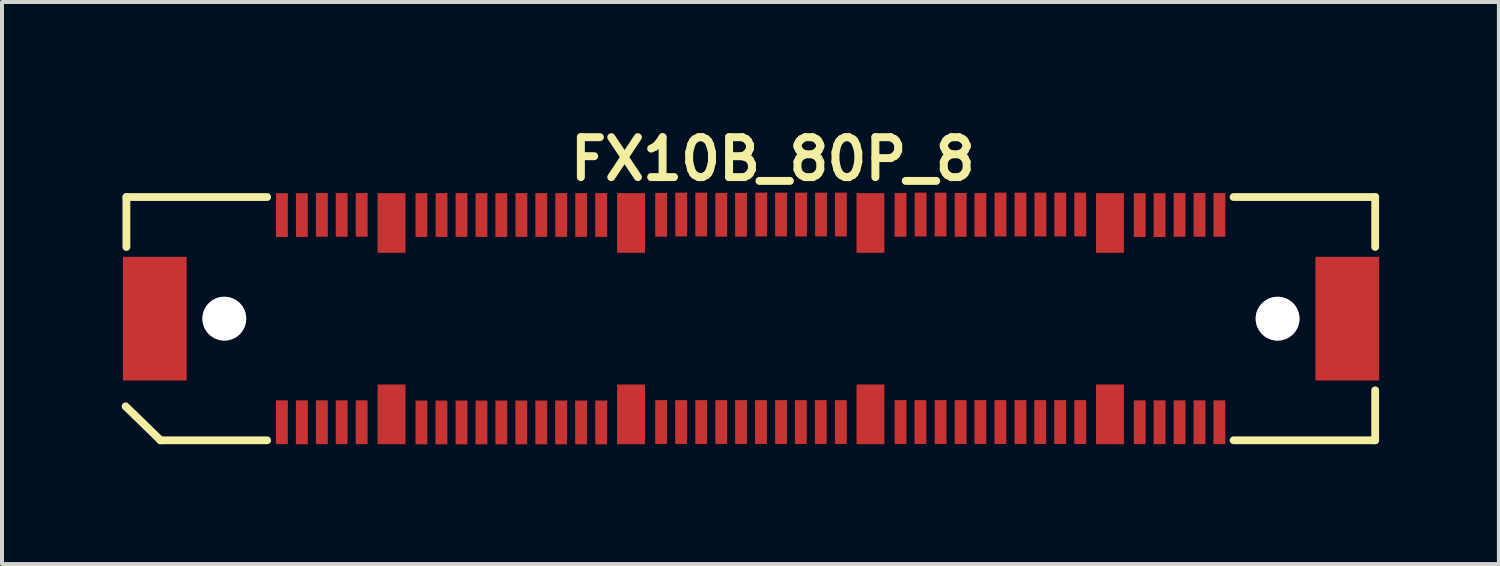
<source format=kicad_pcb>
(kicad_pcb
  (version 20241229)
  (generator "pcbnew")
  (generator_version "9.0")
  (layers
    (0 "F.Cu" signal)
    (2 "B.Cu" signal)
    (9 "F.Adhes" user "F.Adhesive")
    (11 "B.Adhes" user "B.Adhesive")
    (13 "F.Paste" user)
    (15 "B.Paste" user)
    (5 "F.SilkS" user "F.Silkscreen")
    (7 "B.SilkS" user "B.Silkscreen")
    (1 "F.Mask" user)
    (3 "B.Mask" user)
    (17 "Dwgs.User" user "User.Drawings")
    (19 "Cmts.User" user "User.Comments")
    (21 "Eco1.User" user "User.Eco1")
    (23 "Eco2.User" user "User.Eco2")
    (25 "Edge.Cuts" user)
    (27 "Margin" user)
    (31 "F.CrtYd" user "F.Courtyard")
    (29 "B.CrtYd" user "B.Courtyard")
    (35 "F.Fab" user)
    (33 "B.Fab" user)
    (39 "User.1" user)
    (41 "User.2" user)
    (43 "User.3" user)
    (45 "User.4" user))
  (footprint "FX10B_80P_8"
    (layer "F.Cu")
    (at 2.567 4.936)
    (property "Reference" "FX10B_80P_8" (at 13.75 -4 0) (layer "F.SilkS") (effects (font (size 1 1) (thickness 0.2))))
    (attr through_hole)
    (fp_line (start -2.469 2.197) (end -1.593 3.048) (stroke (width 0.196) (type solid)) (layer "F.SilkS"))
    (fp_line (start -2.449 -3.048) (end -2.449 -1.796) (stroke (width 0.196) (type solid)) (layer "F.SilkS"))
    (fp_line (start -2.449 -3.048) (end 1.079 -3.048) (stroke (width 0.196) (type solid)) (layer "F.SilkS"))
    (fp_line (start -1.598 3.048) (end 1.077 3.048) (stroke (width 0.196) (type solid)) (layer "F.SilkS"))
    (fp_line (start 25.298 -3.048) (end 28.847 -3.048) (stroke (width 0.196) (type solid)) (layer "F.SilkS"))
    (fp_line (start 25.298 3.048) (end 28.847 3.048) (stroke (width 0.196) (type solid)) (layer "F.SilkS"))
    (fp_line (start 28.847 -3.048) (end 28.847 -1.798) (stroke (width 0.196) (type solid)) (layer "F.SilkS"))
    (fp_line (start 28.847 1.796) (end 28.847 3.048) (stroke (width 0.196) (type solid)) (layer "F.SilkS"))
    (pad "" thru_hole circle (at 0.005 0) (size 1.097 1.097) (drill 1.097) (layers "*.Cu"))
    (pad "" thru_hole circle (at 26.401 0) (size 1.097 1.097) (drill 1.097) (layers "*.Cu"))
    (pad "1" smd rect (at 1.448 2.596) (size 0.297 1.097) (layers "F.Cu" "F.Mask" "F.Paste"))
    (pad "2" smd rect (at 1.448 -2.596) (size 0.297 1.097) (layers "F.Cu" "F.Mask" "F.Paste"))
    (pad "3" smd rect (at 1.948 2.598) (size 0.3 1.1) (layers "F.Cu" "F.Mask" "F.Paste"))
    (pad "4" smd rect (at 1.948 -2.596) (size 0.297 1.097) (layers "F.Cu" "F.Mask" "F.Paste"))
    (pad "5" smd rect (at 2.449 2.596) (size 0.297 1.097) (layers "F.Cu" "F.Mask" "F.Paste"))
    (pad "6" smd rect (at 2.449 -2.601) (size 0.297 1.097) (layers "F.Cu" "F.Mask" "F.Paste"))
    (pad "7" smd rect (at 2.946 2.596) (size 0.297 1.097) (layers "F.Cu" "F.Mask" "F.Paste"))
    (pad "8" smd rect (at 2.946 -2.601) (size 0.297 1.097) (layers "F.Cu" "F.Mask" "F.Paste"))
    (pad "9" smd rect (at 3.447 2.596) (size 0.297 1.097) (layers "F.Cu" "F.Mask" "F.Paste"))
    (pad "10" smd rect (at 3.447 -2.601) (size 0.297 1.097) (layers "F.Cu" "F.Mask" "F.Paste"))
    (pad "11" smd rect (at 4.945 2.601) (size 0.297 1.097) (layers "F.Cu" "F.Mask" "F.Paste"))
    (pad "12" smd rect (at 4.945 -2.596) (size 0.297 1.097) (layers "F.Cu" "F.Mask" "F.Paste"))
    (pad "13" smd rect (at 5.446 2.601) (size 0.297 1.097) (layers "F.Cu" "F.Mask" "F.Paste"))
    (pad "14" smd rect (at 5.448 -2.598) (size 0.297 1.097) (layers "F.Cu" "F.Mask" "F.Paste"))
    (pad "15" smd rect (at 5.949 2.601) (size 0.297 1.097) (layers "F.Cu" "F.Mask" "F.Paste"))
    (pad "16" smd rect (at 5.949 -2.598) (size 0.297 1.097) (layers "F.Cu" "F.Mask" "F.Paste"))
    (pad "17" smd rect (at 6.449 2.601) (size 0.297 1.097) (layers "F.Cu" "F.Mask" "F.Paste"))
    (pad "18" smd rect (at 6.449 -2.596) (size 0.297 1.097) (layers "F.Cu" "F.Mask" "F.Paste"))
    (pad "19" smd rect (at 6.947 2.601) (size 0.297 1.097) (layers "F.Cu" "F.Mask" "F.Paste"))
    (pad "20" smd rect (at 6.947 -2.596) (size 0.297 1.097) (layers "F.Cu" "F.Mask" "F.Paste"))
    (pad "21" smd rect (at 7.447 2.601) (size 0.297 1.097) (layers "F.Cu" "F.Mask" "F.Paste"))
    (pad "22" smd rect (at 7.45 -2.598) (size 0.297 1.097) (layers "F.Cu" "F.Mask" "F.Paste"))
    (pad "23" smd rect (at 7.948 2.601) (size 0.297 1.097) (layers "F.Cu" "F.Mask" "F.Paste"))
    (pad "24" smd rect (at 7.948 -2.598) (size 0.297 1.097) (layers "F.Cu" "F.Mask" "F.Paste"))
    (pad "25" smd rect (at 8.445 2.601) (size 0.297 1.097) (layers "F.Cu" "F.Mask" "F.Paste"))
    (pad "26" smd rect (at 8.448 -2.598) (size 0.297 1.097) (layers "F.Cu" "F.Mask" "F.Paste"))
    (pad "27" smd rect (at 8.946 2.601) (size 0.297 1.097) (layers "F.Cu" "F.Mask" "F.Paste"))
    (pad "28" smd rect (at 8.948 -2.598) (size 0.297 1.097) (layers "F.Cu" "F.Mask" "F.Paste"))
    (pad "29" smd rect (at 9.449 2.601) (size 0.297 1.097) (layers "F.Cu" "F.Mask" "F.Paste"))
    (pad "30" smd rect (at 9.449 -2.598) (size 0.297 1.097) (layers "F.Cu" "F.Mask" "F.Paste"))
    (pad "31" smd rect (at 10.952 2.591) (size 0.297 1.097) (layers "F.Cu" "F.Mask" "F.Paste"))
    (pad "32" smd rect (at 10.952 -2.603) (size 0.297 1.097) (layers "F.Cu" "F.Mask" "F.Paste"))
    (pad "33" smd rect (at 11.453 2.591) (size 0.297 1.097) (layers "F.Cu" "F.Mask" "F.Paste"))
    (pad "34" smd rect (at 11.455 -2.609) (size 0.297 1.097) (layers "F.Cu" "F.Mask" "F.Paste"))
    (pad "35" smd rect (at 11.956 2.591) (size 0.297 1.097) (layers "F.Cu" "F.Mask" "F.Paste"))
    (pad "36" smd rect (at 11.956 -2.609) (size 0.297 1.097) (layers "F.Cu" "F.Mask" "F.Paste"))
    (pad "37" smd rect (at 12.459 2.591) (size 0.297 1.097) (layers "F.Cu" "F.Mask" "F.Paste"))
    (pad "38" smd rect (at 12.459 -2.603) (size 0.297 1.097) (layers "F.Cu" "F.Mask" "F.Paste"))
    (pad "39" smd rect (at 12.954 2.591) (size 0.297 1.097) (layers "F.Cu" "F.Mask" "F.Paste"))
    (pad "40" smd rect (at 12.954 -2.603) (size 0.297 1.097) (layers "F.Cu" "F.Mask" "F.Paste"))
    (pad "41" smd rect (at 13.454 2.591) (size 0.297 1.097) (layers "F.Cu" "F.Mask" "F.Paste"))
    (pad "42" smd rect (at 13.459 -2.609) (size 0.297 1.097) (layers "F.Cu" "F.Mask" "F.Paste"))
    (pad "43" smd rect (at 13.957 2.591) (size 0.297 1.097) (layers "F.Cu" "F.Mask" "F.Paste"))
    (pad "44" smd rect (at 13.957 -2.609) (size 0.297 1.097) (layers "F.Cu" "F.Mask" "F.Paste"))
    (pad "45" smd rect (at 14.453 2.591) (size 0.297 1.097) (layers "F.Cu" "F.Mask" "F.Paste"))
    (pad "46" smd rect (at 14.458 -2.609) (size 0.297 1.097) (layers "F.Cu" "F.Mask" "F.Paste"))
    (pad "47" smd rect (at 14.953 2.591) (size 0.297 1.097) (layers "F.Cu" "F.Mask" "F.Paste"))
    (pad "48" smd rect (at 14.958 -2.609) (size 0.297 1.097) (layers "F.Cu" "F.Mask" "F.Paste"))
    (pad "49" smd rect (at 15.456 2.591) (size 0.297 1.097) (layers "F.Cu" "F.Mask" "F.Paste"))
    (pad "50" smd rect (at 15.456 -2.609) (size 0.297 1.097) (layers "F.Cu" "F.Mask" "F.Paste"))
    (pad "51" smd rect (at 16.952 2.591) (size 0.297 1.097) (layers "F.Cu" "F.Mask" "F.Paste"))
    (pad "52" smd rect (at 16.952 -2.601) (size 0.297 1.097) (layers "F.Cu" "F.Mask" "F.Paste"))
    (pad "53" smd rect (at 17.45 2.591) (size 0.297 1.097) (layers "F.Cu" "F.Mask" "F.Paste"))
    (pad "54" smd rect (at 17.455 -2.609) (size 0.297 1.097) (layers "F.Cu" "F.Mask" "F.Paste"))
    (pad "55" smd rect (at 17.955 2.591) (size 0.297 1.097) (layers "F.Cu" "F.Mask" "F.Paste"))
    (pad "56" smd rect (at 17.955 -2.609) (size 0.297 1.097) (layers "F.Cu" "F.Mask" "F.Paste"))
    (pad "57" smd rect (at 18.458 2.591) (size 0.297 1.097) (layers "F.Cu" "F.Mask" "F.Paste"))
    (pad "58" smd rect (at 18.458 -2.601) (size 0.297 1.097) (layers "F.Cu" "F.Mask" "F.Paste"))
    (pad "59" smd rect (at 18.953 2.591) (size 0.297 1.097) (layers "F.Cu" "F.Mask" "F.Paste"))
    (pad "60" smd rect (at 18.953 -2.601) (size 0.297 1.097) (layers "F.Cu" "F.Mask" "F.Paste"))
    (pad "61" smd rect (at 19.454 2.591) (size 0.297 1.097) (layers "F.Cu" "F.Mask" "F.Paste"))
    (pad "62" smd rect (at 19.456 -2.609) (size 0.297 1.097) (layers "F.Cu" "F.Mask" "F.Paste"))
    (pad "63" smd rect (at 19.957 2.591) (size 0.297 1.097) (layers "F.Cu" "F.Mask" "F.Paste"))
    (pad "64" smd rect (at 19.957 -2.609) (size 0.297 1.097) (layers "F.Cu" "F.Mask" "F.Paste"))
    (pad "65" smd rect (at 20.452 2.591) (size 0.297 1.097) (layers "F.Cu" "F.Mask" "F.Paste"))
    (pad "66" smd rect (at 20.457 -2.609) (size 0.297 1.097) (layers "F.Cu" "F.Mask" "F.Paste"))
    (pad "67" smd rect (at 20.952 2.591) (size 0.297 1.097) (layers "F.Cu" "F.Mask" "F.Paste"))
    (pad "68" smd rect (at 20.955 -2.609) (size 0.297 1.097) (layers "F.Cu" "F.Mask" "F.Paste"))
    (pad "69" smd rect (at 21.455 2.591) (size 0.297 1.097) (layers "F.Cu" "F.Mask" "F.Paste"))
    (pad "70" smd rect (at 21.455 -2.609) (size 0.297 1.097) (layers "F.Cu" "F.Mask" "F.Paste"))
    (pad "71" smd rect (at 22.946 2.596) (size 0.297 1.097) (layers "F.Cu" "F.Mask" "F.Paste"))
    (pad "72" smd rect (at 22.946 -2.596) (size 0.297 1.097) (layers "F.Cu" "F.Mask" "F.Paste"))
    (pad "73" smd rect (at 23.444 2.596) (size 0.297 1.097) (layers "F.Cu" "F.Mask" "F.Paste"))
    (pad "74" smd rect (at 23.444 -2.596) (size 0.297 1.097) (layers "F.Cu" "F.Mask" "F.Paste"))
    (pad "75" smd rect (at 23.945 2.596) (size 0.297 1.097) (layers "F.Cu" "F.Mask" "F.Paste"))
    (pad "76" smd rect (at 23.945 -2.601) (size 0.297 1.097) (layers "F.Cu" "F.Mask" "F.Paste"))
    (pad "77" smd rect (at 24.445 2.596) (size 0.297 1.097) (layers "F.Cu" "F.Mask" "F.Paste"))
    (pad "78" smd rect (at 24.445 -2.601) (size 0.297 1.097) (layers "F.Cu" "F.Mask" "F.Paste"))
    (pad "79" smd rect (at 24.943 2.596) (size 0.297 1.097) (layers "F.Cu" "F.Mask" "F.Paste"))
    (pad "80" smd rect (at 24.943 -2.601) (size 0.297 1.097) (layers "F.Cu" "F.Mask" "F.Paste"))
    (pad "81" smd rect (at 4.196 2.398) (size 0.699 1.496) (layers "F.Cu" "F.Mask" "F.Paste"))
    (pad "82" smd rect (at 4.196 -2.398) (size 0.699 1.496) (layers "F.Cu" "F.Mask" "F.Paste"))
    (pad "83" smd rect (at 10.198 2.398) (size 0.699 1.496) (layers "F.Cu" "F.Mask" "F.Paste"))
    (pad "84" smd rect (at 10.198 -2.398) (size 0.699 1.496) (layers "F.Cu" "F.Mask" "F.Paste"))
    (pad "85" smd rect (at 16.198 2.398) (size 0.699 1.496) (layers "F.Cu" "F.Mask" "F.Paste"))
    (pad "86" smd rect (at 16.198 -2.398) (size 0.699 1.496) (layers "F.Cu" "F.Mask" "F.Paste"))
    (pad "87" smd rect (at 22.2 2.398) (size 0.699 1.496) (layers "F.Cu" "F.Mask" "F.Paste"))
    (pad "88" smd rect (at 22.2 -2.398) (size 0.699 1.496) (layers "F.Cu" "F.Mask" "F.Paste"))
    (pad "89" smd rect (at -1.737 0) (size 1.598 3.099) (layers "F.Cu" "F.Mask" "F.Paste"))
    (pad "90" smd rect (at 28.148 0) (size 1.598 3.099) (layers "F.Cu" "F.Mask" "F.Paste")))
  (gr_rect
    (start -3 -3)
    (end 34.514 11.086)
    (stroke (width 0.1) (type default))
    (fill no)
    (layer "Edge.Cuts")))
</source>
